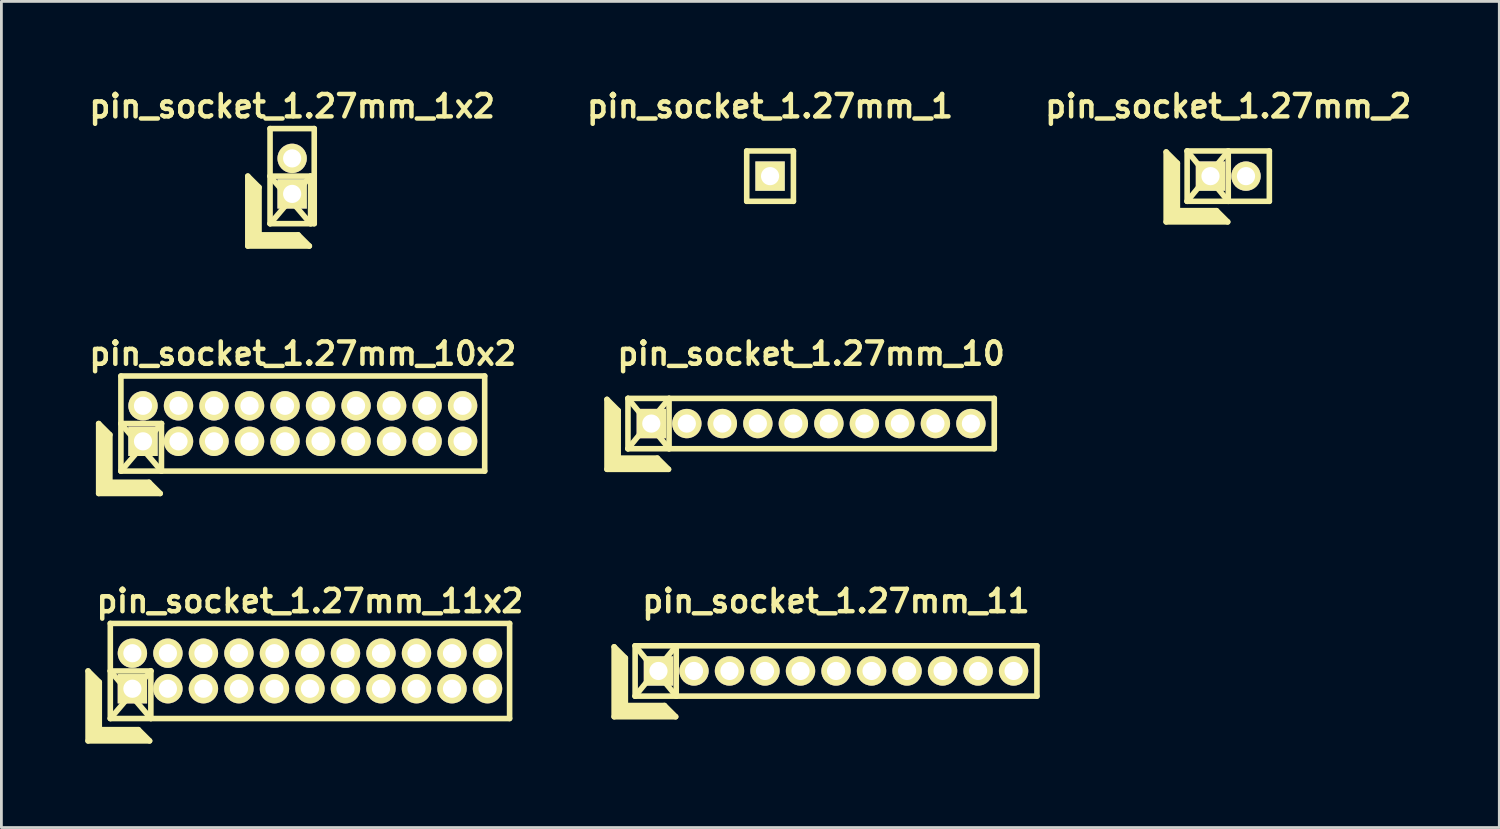
<source format=kicad_pcb>
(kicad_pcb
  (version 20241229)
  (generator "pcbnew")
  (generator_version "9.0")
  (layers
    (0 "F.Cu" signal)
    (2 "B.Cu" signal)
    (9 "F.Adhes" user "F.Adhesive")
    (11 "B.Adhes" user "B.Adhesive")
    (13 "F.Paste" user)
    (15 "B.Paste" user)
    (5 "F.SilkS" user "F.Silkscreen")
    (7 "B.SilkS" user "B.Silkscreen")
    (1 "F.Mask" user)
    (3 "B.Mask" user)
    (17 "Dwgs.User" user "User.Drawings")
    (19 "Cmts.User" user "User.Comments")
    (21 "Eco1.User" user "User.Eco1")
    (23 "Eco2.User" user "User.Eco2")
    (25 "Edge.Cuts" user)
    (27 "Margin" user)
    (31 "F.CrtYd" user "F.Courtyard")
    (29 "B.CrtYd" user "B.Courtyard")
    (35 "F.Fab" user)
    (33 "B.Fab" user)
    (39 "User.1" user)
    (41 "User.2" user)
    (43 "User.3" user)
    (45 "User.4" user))
  (footprint "pin_socket_1.27mm_11x2"
    (layer "F.Cu")
    (at 8.035 20.946)
    (property "Reference" "pin_socket_1.27mm_11x2" (at 0 -2.5 0) (layer "F.SilkS") (effects (font (size 0.8 0.8) (thickness 0.16))))
    (attr through_hole)
    (fp_line (start -7.935 0) (end -7.935 2.5) (stroke (width 0.2) (type solid)) (layer "F.SilkS"))
    (fp_line (start -7.935 0) (end -7.535 0.4) (stroke (width 0.2) (type solid)) (layer "F.SilkS"))
    (fp_line (start -7.935 2.5) (end -5.735 2.5) (stroke (width 0.2) (type solid)) (layer "F.SilkS"))
    (fp_line (start -7.835 2.4) (end -7.835 0.2) (stroke (width 0.2) (type solid)) (layer "F.SilkS"))
    (fp_line (start -7.835 2.4) (end -5.935 2.4) (stroke (width 0.2) (type solid)) (layer "F.SilkS"))
    (fp_line (start -7.735 2.3) (end -7.735 0.3) (stroke (width 0.2) (type solid)) (layer "F.SilkS"))
    (fp_line (start -7.735 2.3) (end -6.035 2.3) (stroke (width 0.2) (type solid)) (layer "F.SilkS"))
    (fp_line (start -7.635 2.2) (end -7.635 0.4) (stroke (width 0.2) (type solid)) (layer "F.SilkS"))
    (fp_line (start -7.635 2.2) (end -6.135 2.2) (stroke (width 0.2) (type solid)) (layer "F.SilkS"))
    (fp_line (start -7.535 2.1) (end -7.535 0.4) (stroke (width 0.2) (type solid)) (layer "F.SilkS"))
    (fp_line (start -7.535 2.1) (end -6.135 2.1) (stroke (width 0.2) (type solid)) (layer "F.SilkS"))
    (fp_line (start -7.14 -1.7) (end 7.14 -1.7) (stroke (width 0.2) (type solid)) (layer "F.SilkS"))
    (fp_line (start -7.14 0) (end -5.69 0) (stroke (width 0.2) (type solid)) (layer "F.SilkS"))
    (fp_line (start -7.14 0) (end -5.69 1.7) (stroke (width 0.2) (type solid)) (layer "F.SilkS"))
    (fp_line (start -7.14 1.7) (end -7.14 -1.7) (stroke (width 0.2) (type solid)) (layer "F.SilkS"))
    (fp_line (start -6.135 2.1) (end -5.735 2.5) (stroke (width 0.2) (type solid)) (layer "F.SilkS"))
    (fp_line (start -5.69 0) (end -7.135 1.7) (stroke (width 0.2) (type solid)) (layer "F.SilkS"))
    (fp_line (start -5.69 0) (end -5.69 1.7) (stroke (width 0.2) (type solid)) (layer "F.SilkS"))
    (fp_line (start 7.14 -1.7) (end 7.14 1.7) (stroke (width 0.2) (type solid)) (layer "F.SilkS"))
    (fp_line (start 7.14 1.7) (end -7.14 1.7) (stroke (width 0.2) (type solid)) (layer "F.SilkS"))
    (pad "1" thru_hole rect (at -6.35 0.635) (size 1.05 1.05) (drill 0.65) (layers "*.Cu" "*.Mask" "F.SilkS"))
    (pad "2" thru_hole oval (at -6.35 -0.635) (size 1.05 1.05) (drill 0.65) (layers "*.Cu" "*.Mask" "F.SilkS"))
    (pad "3" thru_hole oval (at -5.08 0.635) (size 1.05 1.05) (drill 0.65) (layers "*.Cu" "*.Mask" "F.SilkS"))
    (pad "4" thru_hole oval (at -5.08 -0.635) (size 1.05 1.05) (drill 0.65) (layers "*.Cu" "*.Mask" "F.SilkS"))
    (pad "5" thru_hole oval (at -3.81 0.635) (size 1.05 1.05) (drill 0.65) (layers "*.Cu" "*.Mask" "F.SilkS"))
    (pad "6" thru_hole oval (at -3.81 -0.635) (size 1.05 1.05) (drill 0.65) (layers "*.Cu" "*.Mask" "F.SilkS"))
    (pad "7" thru_hole oval (at -2.54 0.635) (size 1.05 1.05) (drill 0.65) (layers "*.Cu" "*.Mask" "F.SilkS"))
    (pad "8" thru_hole oval (at -2.54 -0.635) (size 1.05 1.05) (drill 0.65) (layers "*.Cu" "*.Mask" "F.SilkS"))
    (pad "9" thru_hole oval (at -1.27 0.635) (size 1.05 1.05) (drill 0.65) (layers "*.Cu" "*.Mask" "F.SilkS"))
    (pad "10" thru_hole oval (at -1.27 -0.635) (size 1.05 1.05) (drill 0.65) (layers "*.Cu" "*.Mask" "F.SilkS"))
    (pad "11" thru_hole oval (at 0 0.635) (size 1.05 1.05) (drill 0.65) (layers "*.Cu" "*.Mask" "F.SilkS"))
    (pad "12" thru_hole oval (at 0 -0.635) (size 1.05 1.05) (drill 0.65) (layers "*.Cu" "*.Mask" "F.SilkS"))
    (pad "13" thru_hole oval (at 1.27 0.635) (size 1.05 1.05) (drill 0.65) (layers "*.Cu" "*.Mask" "F.SilkS"))
    (pad "14" thru_hole oval (at 1.27 -0.635) (size 1.05 1.05) (drill 0.65) (layers "*.Cu" "*.Mask" "F.SilkS"))
    (pad "15" thru_hole oval (at 2.54 0.635) (size 1.05 1.05) (drill 0.65) (layers "*.Cu" "*.Mask" "F.SilkS"))
    (pad "16" thru_hole oval (at 2.54 -0.635) (size 1.05 1.05) (drill 0.65) (layers "*.Cu" "*.Mask" "F.SilkS"))
    (pad "17" thru_hole oval (at 3.81 0.635) (size 1.05 1.05) (drill 0.65) (layers "*.Cu" "*.Mask" "F.SilkS"))
    (pad "18" thru_hole oval (at 3.81 -0.635) (size 1.05 1.05) (drill 0.65) (layers "*.Cu" "*.Mask" "F.SilkS"))
    (pad "19" thru_hole oval (at 5.08 0.635) (size 1.05 1.05) (drill 0.65) (layers "*.Cu" "*.Mask" "F.SilkS"))
    (pad "20" thru_hole oval (at 5.08 -0.635) (size 1.05 1.05) (drill 0.65) (layers "*.Cu" "*.Mask" "F.SilkS"))
    (pad "21" thru_hole oval (at 6.35 0.635) (size 1.05 1.05) (drill 0.65) (layers "*.Cu" "*.Mask" "F.SilkS"))
    (pad "22" thru_hole oval (at 6.35 -0.635) (size 1.05 1.05) (drill 0.65) (layers "*.Cu" "*.Mask" "F.SilkS")))
  (footprint "pin_socket_1.27mm_10x2"
    (layer "F.Cu")
    (at 7.779 12.098)
    (property "Reference" "pin_socket_1.27mm_10x2" (at 0 -2.5 0) (layer "F.SilkS") (effects (font (size 0.8 0.8) (thickness 0.16))))
    (attr through_hole)
    (fp_line (start -7.3 0) (end -7.3 2.5) (stroke (width 0.2) (type solid)) (layer "F.SilkS"))
    (fp_line (start -7.3 0) (end -6.9 0.4) (stroke (width 0.2) (type solid)) (layer "F.SilkS"))
    (fp_line (start -7.3 2.5) (end -5.1 2.5) (stroke (width 0.2) (type solid)) (layer "F.SilkS"))
    (fp_line (start -7.2 2.4) (end -7.2 0.2) (stroke (width 0.2) (type solid)) (layer "F.SilkS"))
    (fp_line (start -7.2 2.4) (end -5.3 2.4) (stroke (width 0.2) (type solid)) (layer "F.SilkS"))
    (fp_line (start -7.1 2.3) (end -7.1 0.3) (stroke (width 0.2) (type solid)) (layer "F.SilkS"))
    (fp_line (start -7.1 2.3) (end -5.4 2.3) (stroke (width 0.2) (type solid)) (layer "F.SilkS"))
    (fp_line (start -7 2.2) (end -7 0.4) (stroke (width 0.2) (type solid)) (layer "F.SilkS"))
    (fp_line (start -7 2.2) (end -5.5 2.2) (stroke (width 0.2) (type solid)) (layer "F.SilkS"))
    (fp_line (start -6.9 2.1) (end -6.9 0.4) (stroke (width 0.2) (type solid)) (layer "F.SilkS"))
    (fp_line (start -6.9 2.1) (end -5.5 2.1) (stroke (width 0.2) (type solid)) (layer "F.SilkS"))
    (fp_line (start -6.505 -1.7) (end 6.505 -1.7) (stroke (width 0.2) (type solid)) (layer "F.SilkS"))
    (fp_line (start -6.505 0) (end -5.055 0) (stroke (width 0.2) (type solid)) (layer "F.SilkS"))
    (fp_line (start -6.505 0) (end -5.055 1.7) (stroke (width 0.2) (type solid)) (layer "F.SilkS"))
    (fp_line (start -6.505 1.7) (end -6.505 -1.7) (stroke (width 0.2) (type solid)) (layer "F.SilkS"))
    (fp_line (start -5.5 2.1) (end -5.1 2.5) (stroke (width 0.2) (type solid)) (layer "F.SilkS"))
    (fp_line (start -5.055 0) (end -6.5 1.7) (stroke (width 0.2) (type solid)) (layer "F.SilkS"))
    (fp_line (start -5.055 0) (end -5.055 1.7) (stroke (width 0.2) (type solid)) (layer "F.SilkS"))
    (fp_line (start 6.505 -1.7) (end 6.505 1.7) (stroke (width 0.2) (type solid)) (layer "F.SilkS"))
    (fp_line (start 6.505 1.7) (end -6.505 1.7) (stroke (width 0.2) (type solid)) (layer "F.SilkS"))
    (pad "1" thru_hole rect (at -5.715 0.635) (size 1.05 1.05) (drill 0.65) (layers "*.Cu" "*.Mask" "F.SilkS"))
    (pad "2" thru_hole oval (at -5.715 -0.635) (size 1.05 1.05) (drill 0.65) (layers "*.Cu" "*.Mask" "F.SilkS"))
    (pad "3" thru_hole oval (at -4.445 0.635) (size 1.05 1.05) (drill 0.65) (layers "*.Cu" "*.Mask" "F.SilkS"))
    (pad "4" thru_hole oval (at -4.445 -0.635) (size 1.05 1.05) (drill 0.65) (layers "*.Cu" "*.Mask" "F.SilkS"))
    (pad "5" thru_hole oval (at -3.175 0.635) (size 1.05 1.05) (drill 0.65) (layers "*.Cu" "*.Mask" "F.SilkS"))
    (pad "6" thru_hole oval (at -3.175 -0.635) (size 1.05 1.05) (drill 0.65) (layers "*.Cu" "*.Mask" "F.SilkS"))
    (pad "7" thru_hole oval (at -1.905 0.635) (size 1.05 1.05) (drill 0.65) (layers "*.Cu" "*.Mask" "F.SilkS"))
    (pad "8" thru_hole oval (at -1.905 -0.635) (size 1.05 1.05) (drill 0.65) (layers "*.Cu" "*.Mask" "F.SilkS"))
    (pad "9" thru_hole oval (at -0.635 0.635) (size 1.05 1.05) (drill 0.65) (layers "*.Cu" "*.Mask" "F.SilkS"))
    (pad "10" thru_hole oval (at -0.635 -0.635) (size 1.05 1.05) (drill 0.65) (layers "*.Cu" "*.Mask" "F.SilkS"))
    (pad "11" thru_hole oval (at 0.635 0.635) (size 1.05 1.05) (drill 0.65) (layers "*.Cu" "*.Mask" "F.SilkS"))
    (pad "12" thru_hole oval (at 0.635 -0.635) (size 1.05 1.05) (drill 0.65) (layers "*.Cu" "*.Mask" "F.SilkS"))
    (pad "13" thru_hole oval (at 1.905 0.635) (size 1.05 1.05) (drill 0.65) (layers "*.Cu" "*.Mask" "F.SilkS"))
    (pad "14" thru_hole oval (at 1.905 -0.635) (size 1.05 1.05) (drill 0.65) (layers "*.Cu" "*.Mask" "F.SilkS"))
    (pad "15" thru_hole oval (at 3.175 0.635) (size 1.05 1.05) (drill 0.65) (layers "*.Cu" "*.Mask" "F.SilkS"))
    (pad "16" thru_hole oval (at 3.175 -0.635) (size 1.05 1.05) (drill 0.65) (layers "*.Cu" "*.Mask" "F.SilkS"))
    (pad "17" thru_hole oval (at 4.445 0.635) (size 1.05 1.05) (drill 0.65) (layers "*.Cu" "*.Mask" "F.SilkS"))
    (pad "18" thru_hole oval (at 4.445 -0.635) (size 1.05 1.05) (drill 0.65) (layers "*.Cu" "*.Mask" "F.SilkS"))
    (pad "19" thru_hole oval (at 5.715 0.635) (size 1.05 1.05) (drill 0.65) (layers "*.Cu" "*.Mask" "F.SilkS"))
    (pad "20" thru_hole oval (at 5.715 -0.635) (size 1.05 1.05) (drill 0.65) (layers "*.Cu" "*.Mask" "F.SilkS")))
  (footprint "pin_socket_1.27mm_2"
    (layer "F.Cu")
    (at 40.876 3.249)
    (property "Reference" "pin_socket_1.27mm_2" (at 0 -2.5 0) (layer "F.SilkS") (effects (font (size 0.8 0.8) (thickness 0.16))))
    (attr through_hole)
    (fp_line (start -2.22 -0.864) (end -2.22 1.636) (stroke (width 0.2) (type solid)) (layer "F.SilkS"))
    (fp_line (start -2.22 -0.864) (end -1.82 -0.464) (stroke (width 0.2) (type solid)) (layer "F.SilkS"))
    (fp_line (start -2.22 1.636) (end -0.02 1.636) (stroke (width 0.2) (type solid)) (layer "F.SilkS"))
    (fp_line (start -2.12 1.536) (end -2.12 -0.664) (stroke (width 0.2) (type solid)) (layer "F.SilkS"))
    (fp_line (start -2.12 1.536) (end -0.22 1.536) (stroke (width 0.2) (type solid)) (layer "F.SilkS"))
    (fp_line (start -2.02 1.436) (end -2.02 -0.564) (stroke (width 0.2) (type solid)) (layer "F.SilkS"))
    (fp_line (start -2.02 1.436) (end -0.32 1.436) (stroke (width 0.2) (type solid)) (layer "F.SilkS"))
    (fp_line (start -1.92 1.336) (end -1.92 -0.464) (stroke (width 0.2) (type solid)) (layer "F.SilkS"))
    (fp_line (start -1.92 1.336) (end -0.42 1.336) (stroke (width 0.2) (type solid)) (layer "F.SilkS"))
    (fp_line (start -1.82 1.236) (end -1.82 -0.464) (stroke (width 0.2) (type solid)) (layer "F.SilkS"))
    (fp_line (start -1.82 1.236) (end -0.42 1.236) (stroke (width 0.2) (type solid)) (layer "F.SilkS"))
    (fp_line (start -1.47 -0.9) (end 0 0.9) (stroke (width 0.2) (type solid)) (layer "F.SilkS"))
    (fp_line (start -1.47 -0.9) (end 1.47 -0.9) (stroke (width 0.2) (type solid)) (layer "F.SilkS"))
    (fp_line (start -1.47 0.9) (end -1.47 -0.9) (stroke (width 0.2) (type solid)) (layer "F.SilkS"))
    (fp_line (start -1.47 0.9) (end 0 -0.9) (stroke (width 0.2) (type solid)) (layer "F.SilkS"))
    (fp_line (start -0.42 1.236) (end -0.02 1.636) (stroke (width 0.2) (type solid)) (layer "F.SilkS"))
    (fp_line (start 0 -0.9) (end 0 0.9) (stroke (width 0.2) (type solid)) (layer "F.SilkS"))
    (fp_line (start 1.47 -0.9) (end 1.47 0.9) (stroke (width 0.2) (type solid)) (layer "F.SilkS"))
    (fp_line (start 1.47 0.9) (end -1.47 0.9) (stroke (width 0.2) (type solid)) (layer "F.SilkS"))
    (pad "1" thru_hole rect (at -0.635 0) (size 1.05 1.05) (drill 0.65) (layers "*.Cu" "*.Mask" "F.SilkS"))
    (pad "2" thru_hole oval (at 0.635 0) (size 1.05 1.05) (drill 0.65) (layers "*.Cu" "*.Mask" "F.SilkS")))
  (footprint "pin_socket_1.27mm_11"
    (layer "F.Cu")
    (at 26.849 20.946)
    (property "Reference" "pin_socket_1.27mm_11" (at 0 -2.5 0) (layer "F.SilkS") (effects (font (size 0.8 0.8) (thickness 0.16))))
    (attr through_hole)
    (fp_line (start -7.935 -0.864) (end -7.935 1.636) (stroke (width 0.2) (type solid)) (layer "F.SilkS"))
    (fp_line (start -7.935 -0.864) (end -7.535 -0.464) (stroke (width 0.2) (type solid)) (layer "F.SilkS"))
    (fp_line (start -7.935 1.636) (end -5.735 1.636) (stroke (width 0.2) (type solid)) (layer "F.SilkS"))
    (fp_line (start -7.835 1.536) (end -7.835 -0.664) (stroke (width 0.2) (type solid)) (layer "F.SilkS"))
    (fp_line (start -7.835 1.536) (end -5.935 1.536) (stroke (width 0.2) (type solid)) (layer "F.SilkS"))
    (fp_line (start -7.735 1.436) (end -7.735 -0.564) (stroke (width 0.2) (type solid)) (layer "F.SilkS"))
    (fp_line (start -7.735 1.436) (end -6.035 1.436) (stroke (width 0.2) (type solid)) (layer "F.SilkS"))
    (fp_line (start -7.635 1.336) (end -7.635 -0.464) (stroke (width 0.2) (type solid)) (layer "F.SilkS"))
    (fp_line (start -7.635 1.336) (end -6.135 1.336) (stroke (width 0.2) (type solid)) (layer "F.SilkS"))
    (fp_line (start -7.535 1.236) (end -7.535 -0.464) (stroke (width 0.2) (type solid)) (layer "F.SilkS"))
    (fp_line (start -7.535 1.236) (end -6.135 1.236) (stroke (width 0.2) (type solid)) (layer "F.SilkS"))
    (fp_line (start -7.185 -0.9) (end -5.715 0.9) (stroke (width 0.2) (type solid)) (layer "F.SilkS"))
    (fp_line (start -7.185 -0.9) (end 7.185 -0.9) (stroke (width 0.2) (type solid)) (layer "F.SilkS"))
    (fp_line (start -7.185 0.9) (end -7.185 -0.9) (stroke (width 0.2) (type solid)) (layer "F.SilkS"))
    (fp_line (start -7.185 0.9) (end -5.715 -0.9) (stroke (width 0.2) (type solid)) (layer "F.SilkS"))
    (fp_line (start -6.135 1.236) (end -5.735 1.636) (stroke (width 0.2) (type solid)) (layer "F.SilkS"))
    (fp_line (start -5.715 -0.9) (end -5.715 0.9) (stroke (width 0.2) (type solid)) (layer "F.SilkS"))
    (fp_line (start 7.185 -0.9) (end 7.185 0.9) (stroke (width 0.2) (type solid)) (layer "F.SilkS"))
    (fp_line (start 7.185 0.9) (end -7.185 0.9) (stroke (width 0.2) (type solid)) (layer "F.SilkS"))
    (pad "1" thru_hole rect (at -6.35 0) (size 1.05 1.05) (drill 0.65) (layers "*.Cu" "*.Mask" "F.SilkS"))
    (pad "2" thru_hole oval (at -5.08 0) (size 1.05 1.05) (drill 0.65) (layers "*.Cu" "*.Mask" "F.SilkS"))
    (pad "3" thru_hole oval (at -3.81 0) (size 1.05 1.05) (drill 0.65) (layers "*.Cu" "*.Mask" "F.SilkS"))
    (pad "4" thru_hole oval (at -2.54 0) (size 1.05 1.05) (drill 0.65) (layers "*.Cu" "*.Mask" "F.SilkS"))
    (pad "5" thru_hole oval (at -1.27 0) (size 1.05 1.05) (drill 0.65) (layers "*.Cu" "*.Mask" "F.SilkS"))
    (pad "6" thru_hole oval (at 0 0) (size 1.05 1.05) (drill 0.65) (layers "*.Cu" "*.Mask" "F.SilkS"))
    (pad "7" thru_hole oval (at 1.27 0) (size 1.05 1.05) (drill 0.65) (layers "*.Cu" "*.Mask" "F.SilkS"))
    (pad "8" thru_hole oval (at 2.54 0) (size 1.05 1.05) (drill 0.65) (layers "*.Cu" "*.Mask" "F.SilkS"))
    (pad "9" thru_hole oval (at 3.81 0) (size 1.05 1.05) (drill 0.65) (layers "*.Cu" "*.Mask" "F.SilkS"))
    (pad "10" thru_hole oval (at 5.08 0) (size 1.05 1.05) (drill 0.65) (layers "*.Cu" "*.Mask" "F.SilkS"))
    (pad "11" thru_hole oval (at 6.35 0) (size 1.05 1.05) (drill 0.65) (layers "*.Cu" "*.Mask" "F.SilkS")))
  (footprint "pin_socket_1.27mm_1"
    (layer "F.Cu")
    (at 24.49 3.249)
    (property "Reference" "pin_socket_1.27mm_1" (at 0 -2.5 0) (layer "F.SilkS") (effects (font (size 0.8 0.8) (thickness 0.16))))
    (attr through_hole)
    (fp_line (start -0.835 -0.9) (end 0.835 -0.9) (stroke (width 0.2) (type solid)) (layer "F.SilkS"))
    (fp_line (start -0.835 0.9) (end -0.835 -0.9) (stroke (width 0.2) (type solid)) (layer "F.SilkS"))
    (fp_line (start 0.835 -0.9) (end 0.835 0.9) (stroke (width 0.2) (type solid)) (layer "F.SilkS"))
    (fp_line (start 0.835 0.9) (end -0.835 0.9) (stroke (width 0.2) (type solid)) (layer "F.SilkS"))
    (pad "1" thru_hole rect (at 0 0) (size 1.05 1.05) (drill 0.65) (layers "*.Cu" "*.Mask" "F.SilkS")))
  (footprint "pin_socket_1.27mm_10"
    (layer "F.Cu")
    (at 25.958 12.098)
    (property "Reference" "pin_socket_1.27mm_10" (at 0 -2.5 0) (layer "F.SilkS") (effects (font (size 0.8 0.8) (thickness 0.16))))
    (attr through_hole)
    (fp_line (start -7.3 -0.864) (end -7.3 1.636) (stroke (width 0.2) (type solid)) (layer "F.SilkS"))
    (fp_line (start -7.3 -0.864) (end -6.9 -0.464) (stroke (width 0.2) (type solid)) (layer "F.SilkS"))
    (fp_line (start -7.3 1.636) (end -5.1 1.636) (stroke (width 0.2) (type solid)) (layer "F.SilkS"))
    (fp_line (start -7.2 1.536) (end -7.2 -0.664) (stroke (width 0.2) (type solid)) (layer "F.SilkS"))
    (fp_line (start -7.2 1.536) (end -5.3 1.536) (stroke (width 0.2) (type solid)) (layer "F.SilkS"))
    (fp_line (start -7.1 1.436) (end -7.1 -0.564) (stroke (width 0.2) (type solid)) (layer "F.SilkS"))
    (fp_line (start -7.1 1.436) (end -5.4 1.436) (stroke (width 0.2) (type solid)) (layer "F.SilkS"))
    (fp_line (start -7 1.336) (end -7 -0.464) (stroke (width 0.2) (type solid)) (layer "F.SilkS"))
    (fp_line (start -7 1.336) (end -5.5 1.336) (stroke (width 0.2) (type solid)) (layer "F.SilkS"))
    (fp_line (start -6.9 1.236) (end -6.9 -0.464) (stroke (width 0.2) (type solid)) (layer "F.SilkS"))
    (fp_line (start -6.9 1.236) (end -5.5 1.236) (stroke (width 0.2) (type solid)) (layer "F.SilkS"))
    (fp_line (start -6.55 -0.9) (end -5.08 0.9) (stroke (width 0.2) (type solid)) (layer "F.SilkS"))
    (fp_line (start -6.55 -0.9) (end 6.55 -0.9) (stroke (width 0.2) (type solid)) (layer "F.SilkS"))
    (fp_line (start -6.55 0.9) (end -6.55 -0.9) (stroke (width 0.2) (type solid)) (layer "F.SilkS"))
    (fp_line (start -6.55 0.9) (end -5.08 -0.9) (stroke (width 0.2) (type solid)) (layer "F.SilkS"))
    (fp_line (start -5.5 1.236) (end -5.1 1.636) (stroke (width 0.2) (type solid)) (layer "F.SilkS"))
    (fp_line (start -5.08 -0.9) (end -5.08 0.9) (stroke (width 0.2) (type solid)) (layer "F.SilkS"))
    (fp_line (start 6.55 -0.9) (end 6.55 0.9) (stroke (width 0.2) (type solid)) (layer "F.SilkS"))
    (fp_line (start 6.55 0.9) (end -6.55 0.9) (stroke (width 0.2) (type solid)) (layer "F.SilkS"))
    (pad "1" thru_hole rect (at -5.715 0) (size 1.05 1.05) (drill 0.65) (layers "*.Cu" "*.Mask" "F.SilkS"))
    (pad "2" thru_hole oval (at -4.445 0) (size 1.05 1.05) (drill 0.65) (layers "*.Cu" "*.Mask" "F.SilkS"))
    (pad "3" thru_hole oval (at -3.175 0) (size 1.05 1.05) (drill 0.65) (layers "*.Cu" "*.Mask" "F.SilkS"))
    (pad "4" thru_hole oval (at -1.905 0) (size 1.05 1.05) (drill 0.65) (layers "*.Cu" "*.Mask" "F.SilkS"))
    (pad "5" thru_hole oval (at -0.635 0) (size 1.05 1.05) (drill 0.65) (layers "*.Cu" "*.Mask" "F.SilkS"))
    (pad "6" thru_hole oval (at 0.635 0) (size 1.05 1.05) (drill 0.65) (layers "*.Cu" "*.Mask" "F.SilkS"))
    (pad "7" thru_hole oval (at 1.905 0) (size 1.05 1.05) (drill 0.65) (layers "*.Cu" "*.Mask" "F.SilkS"))
    (pad "8" thru_hole oval (at 3.175 0) (size 1.05 1.05) (drill 0.65) (layers "*.Cu" "*.Mask" "F.SilkS"))
    (pad "9" thru_hole oval (at 4.445 0) (size 1.05 1.05) (drill 0.65) (layers "*.Cu" "*.Mask" "F.SilkS"))
    (pad "10" thru_hole oval (at 5.715 0) (size 1.05 1.05) (drill 0.65) (layers "*.Cu" "*.Mask" "F.SilkS")))
  (footprint "pin_socket_1.27mm_1x2"
    (layer "F.Cu")
    (at 7.398 3.249)
    (property "Reference" "pin_socket_1.27mm_1x2" (at 0 -2.5 0) (layer "F.SilkS") (effects (font (size 0.8 0.8) (thickness 0.16))))
    (attr through_hole)
    (fp_line (start -1.585 0) (end -1.585 2.5) (stroke (width 0.2) (type solid)) (layer "F.SilkS"))
    (fp_line (start -1.585 0) (end -1.185 0.4) (stroke (width 0.2) (type solid)) (layer "F.SilkS"))
    (fp_line (start -1.585 2.5) (end 0.615 2.5) (stroke (width 0.2) (type solid)) (layer "F.SilkS"))
    (fp_line (start -1.485 2.4) (end -1.485 0.2) (stroke (width 0.2) (type solid)) (layer "F.SilkS"))
    (fp_line (start -1.485 2.4) (end 0.415 2.4) (stroke (width 0.2) (type solid)) (layer "F.SilkS"))
    (fp_line (start -1.385 2.3) (end -1.385 0.3) (stroke (width 0.2) (type solid)) (layer "F.SilkS"))
    (fp_line (start -1.385 2.3) (end 0.315 2.3) (stroke (width 0.2) (type solid)) (layer "F.SilkS"))
    (fp_line (start -1.285 2.2) (end -1.285 0.4) (stroke (width 0.2) (type solid)) (layer "F.SilkS"))
    (fp_line (start -1.285 2.2) (end 0.215 2.2) (stroke (width 0.2) (type solid)) (layer "F.SilkS"))
    (fp_line (start -1.185 2.1) (end -1.185 0.4) (stroke (width 0.2) (type solid)) (layer "F.SilkS"))
    (fp_line (start -1.185 2.1) (end 0.215 2.1) (stroke (width 0.2) (type solid)) (layer "F.SilkS"))
    (fp_line (start -0.79 -1.7) (end 0.79 -1.7) (stroke (width 0.2) (type solid)) (layer "F.SilkS"))
    (fp_line (start -0.79 0) (end 0.66 0) (stroke (width 0.2) (type solid)) (layer "F.SilkS"))
    (fp_line (start -0.79 0) (end 0.66 1.7) (stroke (width 0.2) (type solid)) (layer "F.SilkS"))
    (fp_line (start -0.79 1.7) (end -0.79 -1.7) (stroke (width 0.2) (type solid)) (layer "F.SilkS"))
    (fp_line (start 0.215 2.1) (end 0.615 2.5) (stroke (width 0.2) (type solid)) (layer "F.SilkS"))
    (fp_line (start 0.66 0) (end -0.785 1.7) (stroke (width 0.2) (type solid)) (layer "F.SilkS"))
    (fp_line (start 0.66 0) (end 0.66 1.7) (stroke (width 0.2) (type solid)) (layer "F.SilkS"))
    (fp_line (start 0.79 -1.7) (end 0.79 1.7) (stroke (width 0.2) (type solid)) (layer "F.SilkS"))
    (fp_line (start 0.79 1.7) (end -0.79 1.7) (stroke (width 0.2) (type solid)) (layer "F.SilkS"))
    (pad "1" thru_hole rect (at 0 0.635) (size 1.05 1.05) (drill 0.65) (layers "*.Cu" "*.Mask" "F.SilkS"))
    (pad "2" thru_hole oval (at 0 -0.635) (size 1.05 1.05) (drill 0.65) (layers "*.Cu" "*.Mask" "F.SilkS")))
  (gr_rect
    (start -3 -3)
    (end 50.57 26.546)
    (stroke (width 0.1) (type default))
    (fill no)
    (layer "Edge.Cuts")))
</source>
